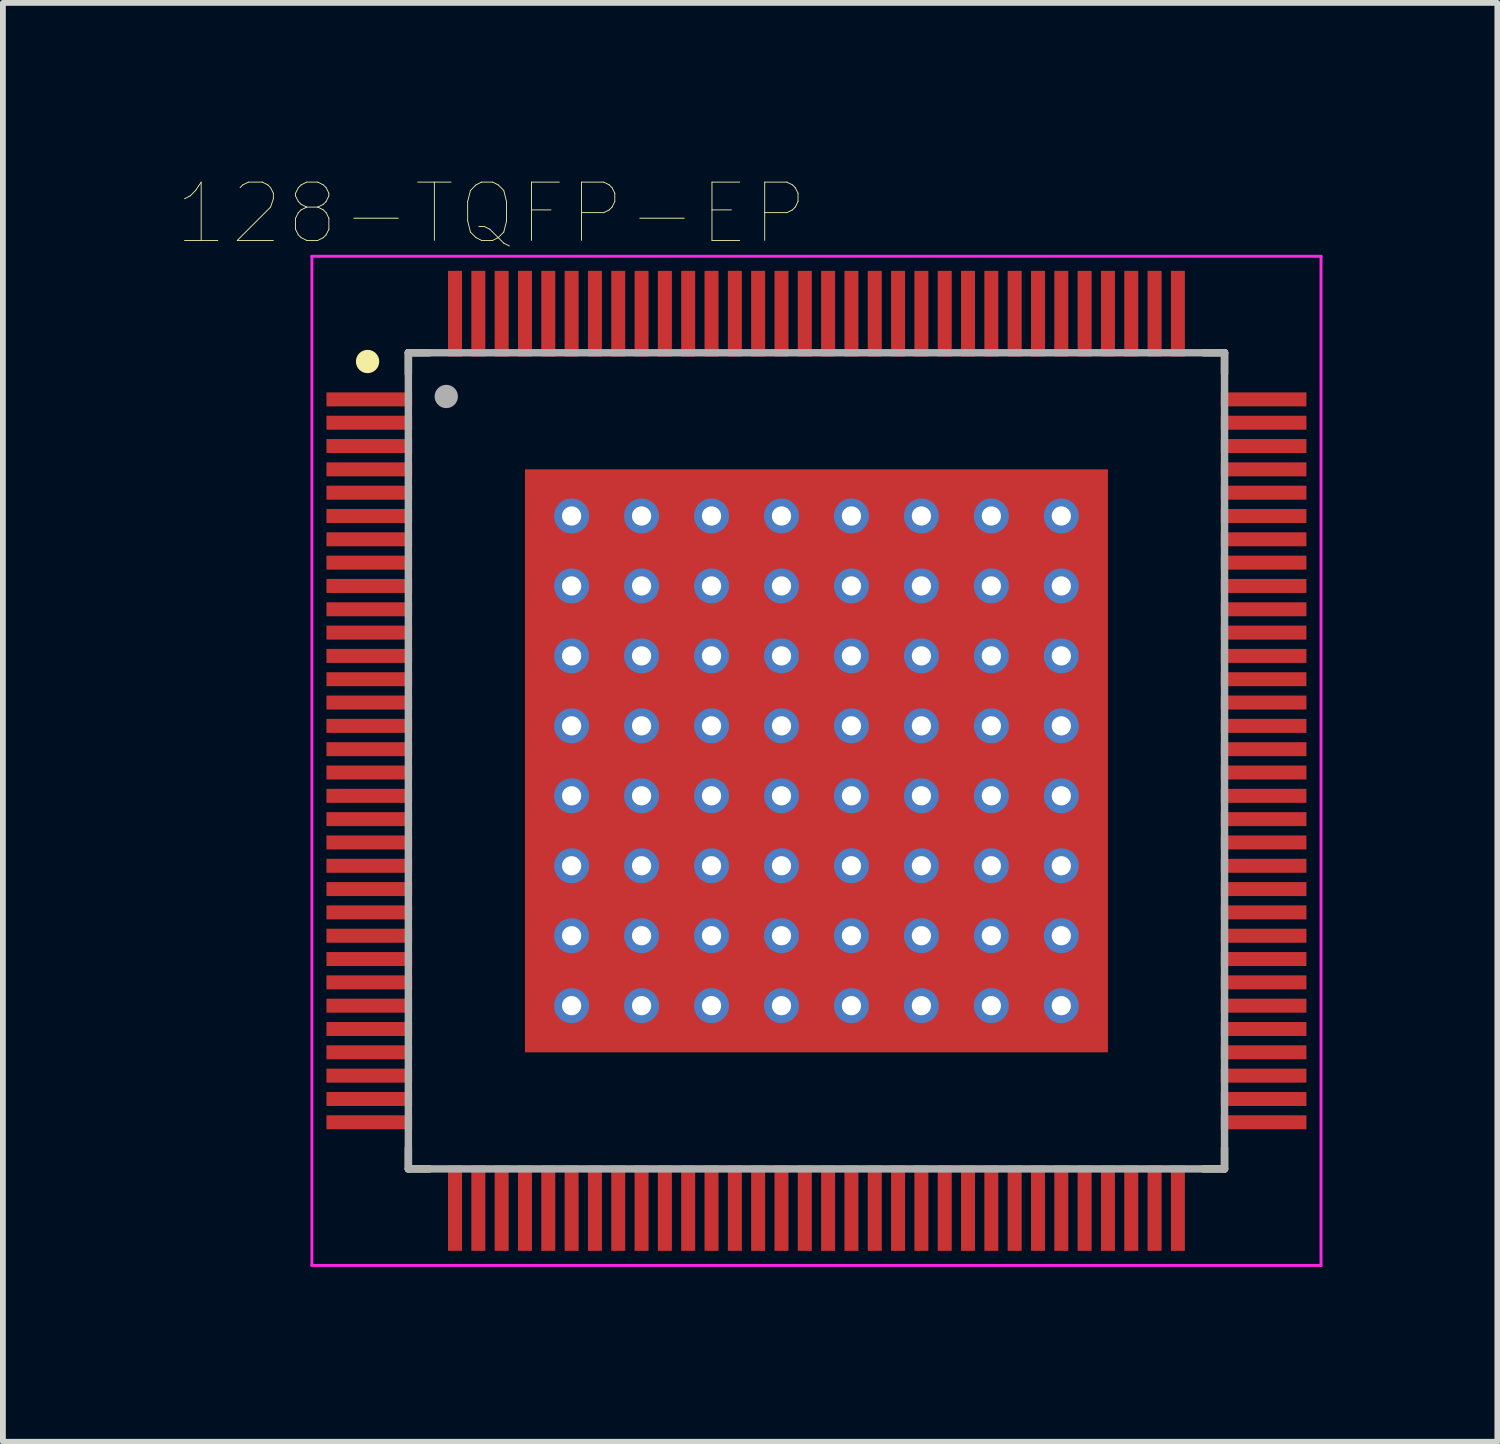
<source format=kicad_pcb>
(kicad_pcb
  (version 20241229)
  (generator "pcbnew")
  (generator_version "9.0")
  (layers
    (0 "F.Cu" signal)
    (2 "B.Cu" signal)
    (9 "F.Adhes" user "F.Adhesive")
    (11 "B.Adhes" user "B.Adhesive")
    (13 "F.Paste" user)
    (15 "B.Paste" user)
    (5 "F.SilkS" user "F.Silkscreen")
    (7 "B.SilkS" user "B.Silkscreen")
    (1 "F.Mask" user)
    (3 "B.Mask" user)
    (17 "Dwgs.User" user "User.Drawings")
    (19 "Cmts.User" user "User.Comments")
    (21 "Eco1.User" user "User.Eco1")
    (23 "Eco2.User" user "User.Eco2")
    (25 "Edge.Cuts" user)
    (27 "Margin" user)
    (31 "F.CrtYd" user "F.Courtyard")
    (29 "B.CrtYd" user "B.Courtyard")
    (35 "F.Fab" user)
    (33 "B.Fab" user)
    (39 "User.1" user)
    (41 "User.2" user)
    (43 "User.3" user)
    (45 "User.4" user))
  (footprint "128-TQFP-EP"
    (layer "F.Cu")
    (at 10.955 10.001)
    (property "Reference" "128-TQFP-EP" (at -5.578 -9.389 0) (layer "F.SilkS") (effects (font (size 1 1) (thickness 0.015))))
    (attr through_hole)
    (fp_line (start -7 -7) (end -7 -6.64) (stroke (width 0.127) (type solid)) (layer "F.SilkS"))
    (fp_line (start -7 6.64) (end -7 7) (stroke (width 0.127) (type solid)) (layer "F.SilkS"))
    (fp_line (start -7 7) (end -6.64 7) (stroke (width 0.127) (type solid)) (layer "F.SilkS"))
    (fp_line (start -6.64 -7) (end -7 -7) (stroke (width 0.127) (type solid)) (layer "F.SilkS"))
    (fp_line (start 6.64 -7) (end 7 -7) (stroke (width 0.127) (type solid)) (layer "F.SilkS"))
    (fp_line (start 6.64 7) (end 7 7) (stroke (width 0.127) (type solid)) (layer "F.SilkS"))
    (fp_line (start 7 -7) (end 7 -6.64) (stroke (width 0.127) (type solid)) (layer "F.SilkS"))
    (fp_line (start 7 7) (end 7 6.64) (stroke (width 0.127) (type solid)) (layer "F.SilkS"))
    (fp_circle (center -7.7 -6.85) (end -7.6 -6.85) (stroke (width 0.2) (type solid)) (fill no) (layer "F.SilkS"))
    (fp_poly (pts (xy -4.705 -4.705) (xy -3.295 -4.705) (xy -3.295 -3.295) (xy -4.705 -3.295)) (stroke (width 0.01) (type solid)) (fill yes) (layer "F.Paste"))
    (fp_poly (pts (xy -4.705 -2.705) (xy -3.295 -2.705) (xy -3.295 -1.295) (xy -4.705 -1.295)) (stroke (width 0.01) (type solid)) (fill yes) (layer "F.Paste"))
    (fp_poly (pts (xy -4.705 -0.705) (xy -3.295 -0.705) (xy -3.295 0.705) (xy -4.705 0.705)) (stroke (width 0.01) (type solid)) (fill yes) (layer "F.Paste"))
    (fp_poly (pts (xy -4.705 1.295) (xy -3.295 1.295) (xy -3.295 2.705) (xy -4.705 2.705)) (stroke (width 0.01) (type solid)) (fill yes) (layer "F.Paste"))
    (fp_poly (pts (xy -4.705 3.295) (xy -3.295 3.295) (xy -3.295 4.705) (xy -4.705 4.705)) (stroke (width 0.01) (type solid)) (fill yes) (layer "F.Paste"))
    (fp_poly (pts (xy -2.705 -4.705) (xy -1.295 -4.705) (xy -1.295 -3.295) (xy -2.705 -3.295)) (stroke (width 0.01) (type solid)) (fill yes) (layer "F.Paste"))
    (fp_poly (pts (xy -2.705 -2.705) (xy -1.295 -2.705) (xy -1.295 -1.295) (xy -2.705 -1.295)) (stroke (width 0.01) (type solid)) (fill yes) (layer "F.Paste"))
    (fp_poly (pts (xy -2.705 -0.705) (xy -1.295 -0.705) (xy -1.295 0.705) (xy -2.705 0.705)) (stroke (width 0.01) (type solid)) (fill yes) (layer "F.Paste"))
    (fp_poly (pts (xy -2.705 1.295) (xy -1.295 1.295) (xy -1.295 2.705) (xy -2.705 2.705)) (stroke (width 0.01) (type solid)) (fill yes) (layer "F.Paste"))
    (fp_poly (pts (xy -2.705 3.295) (xy -1.295 3.295) (xy -1.295 4.705) (xy -2.705 4.705)) (stroke (width 0.01) (type solid)) (fill yes) (layer "F.Paste"))
    (fp_poly (pts (xy -0.705 -4.705) (xy 0.705 -4.705) (xy 0.705 -3.295) (xy -0.705 -3.295)) (stroke (width 0.01) (type solid)) (fill yes) (layer "F.Paste"))
    (fp_poly (pts (xy -0.705 -2.705) (xy 0.705 -2.705) (xy 0.705 -1.295) (xy -0.705 -1.295)) (stroke (width 0.01) (type solid)) (fill yes) (layer "F.Paste"))
    (fp_poly (pts (xy -0.705 -0.705) (xy 0.705 -0.705) (xy 0.705 0.705) (xy -0.705 0.705)) (stroke (width 0.01) (type solid)) (fill yes) (layer "F.Paste"))
    (fp_poly (pts (xy -0.705 1.295) (xy 0.705 1.295) (xy 0.705 2.705) (xy -0.705 2.705)) (stroke (width 0.01) (type solid)) (fill yes) (layer "F.Paste"))
    (fp_poly (pts (xy -0.705 3.295) (xy 0.705 3.295) (xy 0.705 4.705) (xy -0.705 4.705)) (stroke (width 0.01) (type solid)) (fill yes) (layer "F.Paste"))
    (fp_poly (pts (xy 1.295 -4.705) (xy 2.705 -4.705) (xy 2.705 -3.295) (xy 1.295 -3.295)) (stroke (width 0.01) (type solid)) (fill yes) (layer "F.Paste"))
    (fp_poly (pts (xy 1.295 -2.705) (xy 2.705 -2.705) (xy 2.705 -1.295) (xy 1.295 -1.295)) (stroke (width 0.01) (type solid)) (fill yes) (layer "F.Paste"))
    (fp_poly (pts (xy 1.295 -0.705) (xy 2.705 -0.705) (xy 2.705 0.705) (xy 1.295 0.705)) (stroke (width 0.01) (type solid)) (fill yes) (layer "F.Paste"))
    (fp_poly (pts (xy 1.295 1.295) (xy 2.705 1.295) (xy 2.705 2.705) (xy 1.295 2.705)) (stroke (width 0.01) (type solid)) (fill yes) (layer "F.Paste"))
    (fp_poly (pts (xy 1.295 3.295) (xy 2.705 3.295) (xy 2.705 4.705) (xy 1.295 4.705)) (stroke (width 0.01) (type solid)) (fill yes) (layer "F.Paste"))
    (fp_poly (pts (xy 3.295 -4.705) (xy 4.705 -4.705) (xy 4.705 -3.295) (xy 3.295 -3.295)) (stroke (width 0.01) (type solid)) (fill yes) (layer "F.Paste"))
    (fp_poly (pts (xy 3.295 -2.705) (xy 4.705 -2.705) (xy 4.705 -1.295) (xy 3.295 -1.295)) (stroke (width 0.01) (type solid)) (fill yes) (layer "F.Paste"))
    (fp_poly (pts (xy 3.295 -0.705) (xy 4.705 -0.705) (xy 4.705 0.705) (xy 3.295 0.705)) (stroke (width 0.01) (type solid)) (fill yes) (layer "F.Paste"))
    (fp_poly (pts (xy 3.295 1.295) (xy 4.705 1.295) (xy 4.705 2.705) (xy 3.295 2.705)) (stroke (width 0.01) (type solid)) (fill yes) (layer "F.Paste"))
    (fp_poly (pts (xy 3.295 3.295) (xy 4.705 3.295) (xy 4.705 4.705) (xy 3.295 4.705)) (stroke (width 0.01) (type solid)) (fill yes) (layer "F.Paste"))
    (fp_line (start -8.655 -8.655) (end 8.655 -8.655) (stroke (width 0.05) (type solid)) (layer "F.CrtYd"))
    (fp_line (start -8.655 8.655) (end -8.655 -8.655) (stroke (width 0.05) (type solid)) (layer "F.CrtYd"))
    (fp_line (start 8.655 -8.655) (end 8.655 8.655) (stroke (width 0.05) (type solid)) (layer "F.CrtYd"))
    (fp_line (start 8.655 8.655) (end -8.655 8.655) (stroke (width 0.05) (type solid)) (layer "F.CrtYd"))
    (fp_line (start -7 -7) (end 7 -7) (stroke (width 0.127) (type solid)) (layer "F.Fab"))
    (fp_line (start -7 7) (end -7 -7) (stroke (width 0.127) (type solid)) (layer "F.Fab"))
    (fp_line (start 7 -7) (end 7 7) (stroke (width 0.127) (type solid)) (layer "F.Fab"))
    (fp_line (start 7 7) (end -7 7) (stroke (width 0.127) (type solid)) (layer "F.Fab"))
    (fp_circle (center -6.35 -6.25) (end -6.25 -6.25) (stroke (width 0.2) (type solid)) (fill no) (layer "F.Fab"))
    (pad "1" smd rect (at -7.67 -6.2) (size 1.47 0.24) (layers "F.Cu" "F.Mask" "F.Paste"))
    (pad "2" smd rect (at -7.67 -5.8) (size 1.47 0.24) (layers "F.Cu" "F.Mask" "F.Paste"))
    (pad "3" smd rect (at -7.67 -5.4) (size 1.47 0.24) (layers "F.Cu" "F.Mask" "F.Paste"))
    (pad "4" smd rect (at -7.67 -5) (size 1.47 0.24) (layers "F.Cu" "F.Mask" "F.Paste"))
    (pad "5" smd rect (at -7.67 -4.6) (size 1.47 0.24) (layers "F.Cu" "F.Mask" "F.Paste"))
    (pad "6" smd rect (at -7.67 -4.2) (size 1.47 0.24) (layers "F.Cu" "F.Mask" "F.Paste"))
    (pad "7" smd rect (at -7.67 -3.8) (size 1.47 0.24) (layers "F.Cu" "F.Mask" "F.Paste"))
    (pad "8" smd rect (at -7.67 -3.4) (size 1.47 0.24) (layers "F.Cu" "F.Mask" "F.Paste"))
    (pad "9" smd rect (at -7.67 -3) (size 1.47 0.24) (layers "F.Cu" "F.Mask" "F.Paste"))
    (pad "10" smd rect (at -7.67 -2.6) (size 1.47 0.24) (layers "F.Cu" "F.Mask" "F.Paste"))
    (pad "11" smd rect (at -7.67 -2.2) (size 1.47 0.24) (layers "F.Cu" "F.Mask" "F.Paste"))
    (pad "12" smd rect (at -7.67 -1.8) (size 1.47 0.24) (layers "F.Cu" "F.Mask" "F.Paste"))
    (pad "13" smd rect (at -7.67 -1.4) (size 1.47 0.24) (layers "F.Cu" "F.Mask" "F.Paste"))
    (pad "14" smd rect (at -7.67 -1) (size 1.47 0.24) (layers "F.Cu" "F.Mask" "F.Paste"))
    (pad "15" smd rect (at -7.67 -0.6) (size 1.47 0.24) (layers "F.Cu" "F.Mask" "F.Paste"))
    (pad "16" smd rect (at -7.67 -0.2) (size 1.47 0.24) (layers "F.Cu" "F.Mask" "F.Paste"))
    (pad "17" smd rect (at -7.67 0.2) (size 1.47 0.24) (layers "F.Cu" "F.Mask" "F.Paste"))
    (pad "18" smd rect (at -7.67 0.6) (size 1.47 0.24) (layers "F.Cu" "F.Mask" "F.Paste"))
    (pad "19" smd rect (at -7.67 1) (size 1.47 0.24) (layers "F.Cu" "F.Mask" "F.Paste"))
    (pad "20" smd rect (at -7.67 1.4) (size 1.47 0.24) (layers "F.Cu" "F.Mask" "F.Paste"))
    (pad "21" smd rect (at -7.67 1.8) (size 1.47 0.24) (layers "F.Cu" "F.Mask" "F.Paste"))
    (pad "22" smd rect (at -7.67 2.2) (size 1.47 0.24) (layers "F.Cu" "F.Mask" "F.Paste"))
    (pad "23" smd rect (at -7.67 2.6) (size 1.47 0.24) (layers "F.Cu" "F.Mask" "F.Paste"))
    (pad "24" smd rect (at -7.67 3) (size 1.47 0.24) (layers "F.Cu" "F.Mask" "F.Paste"))
    (pad "25" smd rect (at -7.67 3.4) (size 1.47 0.24) (layers "F.Cu" "F.Mask" "F.Paste"))
    (pad "26" smd rect (at -7.67 3.8) (size 1.47 0.24) (layers "F.Cu" "F.Mask" "F.Paste"))
    (pad "27" smd rect (at -7.67 4.2) (size 1.47 0.24) (layers "F.Cu" "F.Mask" "F.Paste"))
    (pad "28" smd rect (at -7.67 4.6) (size 1.47 0.24) (layers "F.Cu" "F.Mask" "F.Paste"))
    (pad "29" smd rect (at -7.67 5) (size 1.47 0.24) (layers "F.Cu" "F.Mask" "F.Paste"))
    (pad "30" smd rect (at -7.67 5.4) (size 1.47 0.24) (layers "F.Cu" "F.Mask" "F.Paste"))
    (pad "31" smd rect (at -7.67 5.8) (size 1.47 0.24) (layers "F.Cu" "F.Mask" "F.Paste"))
    (pad "32" smd rect (at -7.67 6.2) (size 1.47 0.24) (layers "F.Cu" "F.Mask" "F.Paste"))
    (pad "33" smd rect (at -6.2 7.67) (size 0.24 1.47) (layers "F.Cu" "F.Mask" "F.Paste"))
    (pad "34" smd rect (at -5.8 7.67) (size 0.24 1.47) (layers "F.Cu" "F.Mask" "F.Paste"))
    (pad "35" smd rect (at -5.4 7.67) (size 0.24 1.47) (layers "F.Cu" "F.Mask" "F.Paste"))
    (pad "36" smd rect (at -5 7.67) (size 0.24 1.47) (layers "F.Cu" "F.Mask" "F.Paste"))
    (pad "37" smd rect (at -4.6 7.67) (size 0.24 1.47) (layers "F.Cu" "F.Mask" "F.Paste"))
    (pad "38" smd rect (at -4.2 7.67) (size 0.24 1.47) (layers "F.Cu" "F.Mask" "F.Paste"))
    (pad "39" smd rect (at -3.8 7.67) (size 0.24 1.47) (layers "F.Cu" "F.Mask" "F.Paste"))
    (pad "40" smd rect (at -3.4 7.67) (size 0.24 1.47) (layers "F.Cu" "F.Mask" "F.Paste"))
    (pad "41" smd rect (at -3 7.67) (size 0.24 1.47) (layers "F.Cu" "F.Mask" "F.Paste"))
    (pad "42" smd rect (at -2.6 7.67) (size 0.24 1.47) (layers "F.Cu" "F.Mask" "F.Paste"))
    (pad "43" smd rect (at -2.2 7.67) (size 0.24 1.47) (layers "F.Cu" "F.Mask" "F.Paste"))
    (pad "44" smd rect (at -1.8 7.67) (size 0.24 1.47) (layers "F.Cu" "F.Mask" "F.Paste"))
    (pad "45" smd rect (at -1.4 7.67) (size 0.24 1.47) (layers "F.Cu" "F.Mask" "F.Paste"))
    (pad "46" smd rect (at -1 7.67) (size 0.24 1.47) (layers "F.Cu" "F.Mask" "F.Paste"))
    (pad "47" smd rect (at -0.6 7.67) (size 0.24 1.47) (layers "F.Cu" "F.Mask" "F.Paste"))
    (pad "48" smd rect (at -0.2 7.67) (size 0.24 1.47) (layers "F.Cu" "F.Mask" "F.Paste"))
    (pad "49" smd rect (at 0.2 7.67) (size 0.24 1.47) (layers "F.Cu" "F.Mask" "F.Paste"))
    (pad "50" smd rect (at 0.6 7.67) (size 0.24 1.47) (layers "F.Cu" "F.Mask" "F.Paste"))
    (pad "51" smd rect (at 1 7.67) (size 0.24 1.47) (layers "F.Cu" "F.Mask" "F.Paste"))
    (pad "52" smd rect (at 1.4 7.67) (size 0.24 1.47) (layers "F.Cu" "F.Mask" "F.Paste"))
    (pad "53" smd rect (at 1.8 7.67) (size 0.24 1.47) (layers "F.Cu" "F.Mask" "F.Paste"))
    (pad "54" smd rect (at 2.2 7.67) (size 0.24 1.47) (layers "F.Cu" "F.Mask" "F.Paste"))
    (pad "55" smd rect (at 2.6 7.67) (size 0.24 1.47) (layers "F.Cu" "F.Mask" "F.Paste"))
    (pad "56" smd rect (at 3 7.67) (size 0.24 1.47) (layers "F.Cu" "F.Mask" "F.Paste"))
    (pad "57" smd rect (at 3.4 7.67) (size 0.24 1.47) (layers "F.Cu" "F.Mask" "F.Paste"))
    (pad "58" smd rect (at 3.8 7.67) (size 0.24 1.47) (layers "F.Cu" "F.Mask" "F.Paste"))
    (pad "59" smd rect (at 4.2 7.67) (size 0.24 1.47) (layers "F.Cu" "F.Mask" "F.Paste"))
    (pad "60" smd rect (at 4.6 7.67) (size 0.24 1.47) (layers "F.Cu" "F.Mask" "F.Paste"))
    (pad "61" smd rect (at 5 7.67) (size 0.24 1.47) (layers "F.Cu" "F.Mask" "F.Paste"))
    (pad "62" smd rect (at 5.4 7.67) (size 0.24 1.47) (layers "F.Cu" "F.Mask" "F.Paste"))
    (pad "63" smd rect (at 5.8 7.67) (size 0.24 1.47) (layers "F.Cu" "F.Mask" "F.Paste"))
    (pad "64" smd rect (at 6.2 7.67) (size 0.24 1.47) (layers "F.Cu" "F.Mask" "F.Paste"))
    (pad "65" smd rect (at 7.67 6.2) (size 1.47 0.24) (layers "F.Cu" "F.Mask" "F.Paste"))
    (pad "66" smd rect (at 7.67 5.8) (size 1.47 0.24) (layers "F.Cu" "F.Mask" "F.Paste"))
    (pad "67" smd rect (at 7.67 5.4) (size 1.47 0.24) (layers "F.Cu" "F.Mask" "F.Paste"))
    (pad "68" smd rect (at 7.67 5) (size 1.47 0.24) (layers "F.Cu" "F.Mask" "F.Paste"))
    (pad "69" smd rect (at 7.67 4.6) (size 1.47 0.24) (layers "F.Cu" "F.Mask" "F.Paste"))
    (pad "70" smd rect (at 7.67 4.2) (size 1.47 0.24) (layers "F.Cu" "F.Mask" "F.Paste"))
    (pad "71" smd rect (at 7.67 3.8) (size 1.47 0.24) (layers "F.Cu" "F.Mask" "F.Paste"))
    (pad "72" smd rect (at 7.67 3.4) (size 1.47 0.24) (layers "F.Cu" "F.Mask" "F.Paste"))
    (pad "73" smd rect (at 7.67 3) (size 1.47 0.24) (layers "F.Cu" "F.Mask" "F.Paste"))
    (pad "74" smd rect (at 7.67 2.6) (size 1.47 0.24) (layers "F.Cu" "F.Mask" "F.Paste"))
    (pad "75" smd rect (at 7.67 2.2) (size 1.47 0.24) (layers "F.Cu" "F.Mask" "F.Paste"))
    (pad "76" smd rect (at 7.67 1.8) (size 1.47 0.24) (layers "F.Cu" "F.Mask" "F.Paste"))
    (pad "77" smd rect (at 7.67 1.4) (size 1.47 0.24) (layers "F.Cu" "F.Mask" "F.Paste"))
    (pad "78" smd rect (at 7.67 1) (size 1.47 0.24) (layers "F.Cu" "F.Mask" "F.Paste"))
    (pad "79" smd rect (at 7.67 0.6) (size 1.47 0.24) (layers "F.Cu" "F.Mask" "F.Paste"))
    (pad "80" smd rect (at 7.67 0.2) (size 1.47 0.24) (layers "F.Cu" "F.Mask" "F.Paste"))
    (pad "81" smd rect (at 7.67 -0.2) (size 1.47 0.24) (layers "F.Cu" "F.Mask" "F.Paste"))
    (pad "82" smd rect (at 7.67 -0.6) (size 1.47 0.24) (layers "F.Cu" "F.Mask" "F.Paste"))
    (pad "83" smd rect (at 7.67 -1) (size 1.47 0.24) (layers "F.Cu" "F.Mask" "F.Paste"))
    (pad "84" smd rect (at 7.67 -1.4) (size 1.47 0.24) (layers "F.Cu" "F.Mask" "F.Paste"))
    (pad "85" smd rect (at 7.67 -1.8) (size 1.47 0.24) (layers "F.Cu" "F.Mask" "F.Paste"))
    (pad "86" smd rect (at 7.67 -2.2) (size 1.47 0.24) (layers "F.Cu" "F.Mask" "F.Paste"))
    (pad "87" smd rect (at 7.67 -2.6) (size 1.47 0.24) (layers "F.Cu" "F.Mask" "F.Paste"))
    (pad "88" smd rect (at 7.67 -3) (size 1.47 0.24) (layers "F.Cu" "F.Mask" "F.Paste"))
    (pad "89" smd rect (at 7.67 -3.4) (size 1.47 0.24) (layers "F.Cu" "F.Mask" "F.Paste"))
    (pad "90" smd rect (at 7.67 -3.8) (size 1.47 0.24) (layers "F.Cu" "F.Mask" "F.Paste"))
    (pad "91" smd rect (at 7.67 -4.2) (size 1.47 0.24) (layers "F.Cu" "F.Mask" "F.Paste"))
    (pad "92" smd rect (at 7.67 -4.6) (size 1.47 0.24) (layers "F.Cu" "F.Mask" "F.Paste"))
    (pad "93" smd rect (at 7.67 -5) (size 1.47 0.24) (layers "F.Cu" "F.Mask" "F.Paste"))
    (pad "94" smd rect (at 7.67 -5.4) (size 1.47 0.24) (layers "F.Cu" "F.Mask" "F.Paste"))
    (pad "95" smd rect (at 7.67 -5.8) (size 1.47 0.24) (layers "F.Cu" "F.Mask" "F.Paste"))
    (pad "96" smd rect (at 7.67 -6.2) (size 1.47 0.24) (layers "F.Cu" "F.Mask" "F.Paste"))
    (pad "97" smd rect (at 6.2 -7.67) (size 0.24 1.47) (layers "F.Cu" "F.Mask" "F.Paste"))
    (pad "98" smd rect (at 5.8 -7.67) (size 0.24 1.47) (layers "F.Cu" "F.Mask" "F.Paste"))
    (pad "99" smd rect (at 5.4 -7.67) (size 0.24 1.47) (layers "F.Cu" "F.Mask" "F.Paste"))
    (pad "100" smd rect (at 5 -7.67) (size 0.24 1.47) (layers "F.Cu" "F.Mask" "F.Paste"))
    (pad "101" smd rect (at 4.6 -7.67) (size 0.24 1.47) (layers "F.Cu" "F.Mask" "F.Paste"))
    (pad "102" smd rect (at 4.2 -7.67) (size 0.24 1.47) (layers "F.Cu" "F.Mask" "F.Paste"))
    (pad "103" smd rect (at 3.8 -7.67) (size 0.24 1.47) (layers "F.Cu" "F.Mask" "F.Paste"))
    (pad "104" smd rect (at 3.4 -7.67) (size 0.24 1.47) (layers "F.Cu" "F.Mask" "F.Paste"))
    (pad "105" smd rect (at 3 -7.67) (size 0.24 1.47) (layers "F.Cu" "F.Mask" "F.Paste"))
    (pad "106" smd rect (at 2.6 -7.67) (size 0.24 1.47) (layers "F.Cu" "F.Mask" "F.Paste"))
    (pad "107" smd rect (at 2.2 -7.67) (size 0.24 1.47) (layers "F.Cu" "F.Mask" "F.Paste"))
    (pad "108" smd rect (at 1.8 -7.67) (size 0.24 1.47) (layers "F.Cu" "F.Mask" "F.Paste"))
    (pad "109" smd rect (at 1.4 -7.67) (size 0.24 1.47) (layers "F.Cu" "F.Mask" "F.Paste"))
    (pad "110" smd rect (at 1 -7.67) (size 0.24 1.47) (layers "F.Cu" "F.Mask" "F.Paste"))
    (pad "111" smd rect (at 0.6 -7.67) (size 0.24 1.47) (layers "F.Cu" "F.Mask" "F.Paste"))
    (pad "112" smd rect (at 0.2 -7.67) (size 0.24 1.47) (layers "F.Cu" "F.Mask" "F.Paste"))
    (pad "113" smd rect (at -0.2 -7.67) (size 0.24 1.47) (layers "F.Cu" "F.Mask" "F.Paste"))
    (pad "114" smd rect (at -0.6 -7.67) (size 0.24 1.47) (layers "F.Cu" "F.Mask" "F.Paste"))
    (pad "115" smd rect (at -1 -7.67) (size 0.24 1.47) (layers "F.Cu" "F.Mask" "F.Paste"))
    (pad "116" smd rect (at -1.4 -7.67) (size 0.24 1.47) (layers "F.Cu" "F.Mask" "F.Paste"))
    (pad "117" smd rect (at -1.8 -7.67) (size 0.24 1.47) (layers "F.Cu" "F.Mask" "F.Paste"))
    (pad "118" smd rect (at -2.2 -7.67) (size 0.24 1.47) (layers "F.Cu" "F.Mask" "F.Paste"))
    (pad "119" smd rect (at -2.6 -7.67) (size 0.24 1.47) (layers "F.Cu" "F.Mask" "F.Paste"))
    (pad "120" smd rect (at -3 -7.67) (size 0.24 1.47) (layers "F.Cu" "F.Mask" "F.Paste"))
    (pad "121" smd rect (at -3.4 -7.67) (size 0.24 1.47) (layers "F.Cu" "F.Mask" "F.Paste"))
    (pad "122" smd rect (at -3.8 -7.67) (size 0.24 1.47) (layers "F.Cu" "F.Mask" "F.Paste"))
    (pad "123" smd rect (at -4.2 -7.67) (size 0.24 1.47) (layers "F.Cu" "F.Mask" "F.Paste"))
    (pad "124" smd rect (at -4.6 -7.67) (size 0.24 1.47) (layers "F.Cu" "F.Mask" "F.Paste"))
    (pad "125" smd rect (at -5 -7.67) (size 0.24 1.47) (layers "F.Cu" "F.Mask" "F.Paste"))
    (pad "126" smd rect (at -5.4 -7.67) (size 0.24 1.47) (layers "F.Cu" "F.Mask" "F.Paste"))
    (pad "127" smd rect (at -5.8 -7.67) (size 0.24 1.47) (layers "F.Cu" "F.Mask" "F.Paste"))
    (pad "128" smd rect (at -6.2 -7.67) (size 0.24 1.47) (layers "F.Cu" "F.Mask" "F.Paste"))
    (pad "129" thru_hole circle (at -4.2 -4.2) (size 0.6 0.6) (drill 0.33) (layers "*.Cu"))
    (pad "129" thru_hole circle (at -4.2 -3) (size 0.6 0.6) (drill 0.33) (layers "*.Cu"))
    (pad "129" thru_hole circle (at -4.2 -1.8) (size 0.6 0.6) (drill 0.33) (layers "*.Cu"))
    (pad "129" thru_hole circle (at -4.2 -0.6) (size 0.6 0.6) (drill 0.33) (layers "*.Cu"))
    (pad "129" thru_hole circle (at -4.2 0.6) (size 0.6 0.6) (drill 0.33) (layers "*.Cu"))
    (pad "129" thru_hole circle (at -4.2 1.8) (size 0.6 0.6) (drill 0.33) (layers "*.Cu"))
    (pad "129" thru_hole circle (at -4.2 3) (size 0.6 0.6) (drill 0.33) (layers "*.Cu"))
    (pad "129" thru_hole circle (at -4.2 4.2) (size 0.6 0.6) (drill 0.33) (layers "*.Cu"))
    (pad "129" thru_hole circle (at -3 -4.2) (size 0.6 0.6) (drill 0.33) (layers "*.Cu"))
    (pad "129" thru_hole circle (at -3 -3) (size 0.6 0.6) (drill 0.33) (layers "*.Cu"))
    (pad "129" thru_hole circle (at -3 -1.8) (size 0.6 0.6) (drill 0.33) (layers "*.Cu"))
    (pad "129" thru_hole circle (at -3 -0.6) (size 0.6 0.6) (drill 0.33) (layers "*.Cu"))
    (pad "129" thru_hole circle (at -3 0.6) (size 0.6 0.6) (drill 0.33) (layers "*.Cu"))
    (pad "129" thru_hole circle (at -3 1.8) (size 0.6 0.6) (drill 0.33) (layers "*.Cu"))
    (pad "129" thru_hole circle (at -3 3) (size 0.6 0.6) (drill 0.33) (layers "*.Cu"))
    (pad "129" thru_hole circle (at -3 4.2) (size 0.6 0.6) (drill 0.33) (layers "*.Cu"))
    (pad "129" thru_hole circle (at -1.8 -4.2) (size 0.6 0.6) (drill 0.33) (layers "*.Cu"))
    (pad "129" thru_hole circle (at -1.8 -3) (size 0.6 0.6) (drill 0.33) (layers "*.Cu"))
    (pad "129" thru_hole circle (at -1.8 -1.8) (size 0.6 0.6) (drill 0.33) (layers "*.Cu"))
    (pad "129" thru_hole circle (at -1.8 -0.6) (size 0.6 0.6) (drill 0.33) (layers "*.Cu"))
    (pad "129" thru_hole circle (at -1.8 0.6) (size 0.6 0.6) (drill 0.33) (layers "*.Cu"))
    (pad "129" thru_hole circle (at -1.8 1.8) (size 0.6 0.6) (drill 0.33) (layers "*.Cu"))
    (pad "129" thru_hole circle (at -1.8 3) (size 0.6 0.6) (drill 0.33) (layers "*.Cu"))
    (pad "129" thru_hole circle (at -1.8 4.2) (size 0.6 0.6) (drill 0.33) (layers "*.Cu"))
    (pad "129" thru_hole circle (at -0.6 -4.2) (size 0.6 0.6) (drill 0.33) (layers "*.Cu"))
    (pad "129" thru_hole circle (at -0.6 -3) (size 0.6 0.6) (drill 0.33) (layers "*.Cu"))
    (pad "129" thru_hole circle (at -0.6 -1.8) (size 0.6 0.6) (drill 0.33) (layers "*.Cu"))
    (pad "129" thru_hole circle (at -0.6 -0.6) (size 0.6 0.6) (drill 0.33) (layers "*.Cu"))
    (pad "129" thru_hole circle (at -0.6 0.6) (size 0.6 0.6) (drill 0.33) (layers "*.Cu"))
    (pad "129" thru_hole circle (at -0.6 1.8) (size 0.6 0.6) (drill 0.33) (layers "*.Cu"))
    (pad "129" thru_hole circle (at -0.6 3) (size 0.6 0.6) (drill 0.33) (layers "*.Cu"))
    (pad "129" thru_hole circle (at -0.6 4.2) (size 0.6 0.6) (drill 0.33) (layers "*.Cu"))
    (pad "129" smd rect (at 0 0) (size 10 10) (layers "F.Cu" "F.Mask"))
    (pad "129" thru_hole circle (at 0.6 -4.2) (size 0.6 0.6) (drill 0.33) (layers "*.Cu"))
    (pad "129" thru_hole circle (at 0.6 -3) (size 0.6 0.6) (drill 0.33) (layers "*.Cu"))
    (pad "129" thru_hole circle (at 0.6 -1.8) (size 0.6 0.6) (drill 0.33) (layers "*.Cu"))
    (pad "129" thru_hole circle (at 0.6 -0.6) (size 0.6 0.6) (drill 0.33) (layers "*.Cu"))
    (pad "129" thru_hole circle (at 0.6 0.6) (size 0.6 0.6) (drill 0.33) (layers "*.Cu"))
    (pad "129" thru_hole circle (at 0.6 1.8) (size 0.6 0.6) (drill 0.33) (layers "*.Cu"))
    (pad "129" thru_hole circle (at 0.6 3) (size 0.6 0.6) (drill 0.33) (layers "*.Cu"))
    (pad "129" thru_hole circle (at 0.6 4.2) (size 0.6 0.6) (drill 0.33) (layers "*.Cu"))
    (pad "129" thru_hole circle (at 1.8 -4.2) (size 0.6 0.6) (drill 0.33) (layers "*.Cu"))
    (pad "129" thru_hole circle (at 1.8 -3) (size 0.6 0.6) (drill 0.33) (layers "*.Cu"))
    (pad "129" thru_hole circle (at 1.8 -1.8) (size 0.6 0.6) (drill 0.33) (layers "*.Cu"))
    (pad "129" thru_hole circle (at 1.8 -0.6) (size 0.6 0.6) (drill 0.33) (layers "*.Cu"))
    (pad "129" thru_hole circle (at 1.8 0.6) (size 0.6 0.6) (drill 0.33) (layers "*.Cu"))
    (pad "129" thru_hole circle (at 1.8 1.8) (size 0.6 0.6) (drill 0.33) (layers "*.Cu"))
    (pad "129" thru_hole circle (at 1.8 3) (size 0.6 0.6) (drill 0.33) (layers "*.Cu"))
    (pad "129" thru_hole circle (at 1.8 4.2) (size 0.6 0.6) (drill 0.33) (layers "*.Cu"))
    (pad "129" thru_hole circle (at 3 -4.2) (size 0.6 0.6) (drill 0.33) (layers "*.Cu"))
    (pad "129" thru_hole circle (at 3 -3) (size 0.6 0.6) (drill 0.33) (layers "*.Cu"))
    (pad "129" thru_hole circle (at 3 -1.8) (size 0.6 0.6) (drill 0.33) (layers "*.Cu"))
    (pad "129" thru_hole circle (at 3 -0.6) (size 0.6 0.6) (drill 0.33) (layers "*.Cu"))
    (pad "129" thru_hole circle (at 3 0.6) (size 0.6 0.6) (drill 0.33) (layers "*.Cu"))
    (pad "129" thru_hole circle (at 3 1.8) (size 0.6 0.6) (drill 0.33) (layers "*.Cu"))
    (pad "129" thru_hole circle (at 3 3) (size 0.6 0.6) (drill 0.33) (layers "*.Cu"))
    (pad "129" thru_hole circle (at 3 4.2) (size 0.6 0.6) (drill 0.33) (layers "*.Cu"))
    (pad "129" thru_hole circle (at 4.2 -4.2) (size 0.6 0.6) (drill 0.33) (layers "*.Cu"))
    (pad "129" thru_hole circle (at 4.2 -3) (size 0.6 0.6) (drill 0.33) (layers "*.Cu"))
    (pad "129" thru_hole circle (at 4.2 -1.8) (size 0.6 0.6) (drill 0.33) (layers "*.Cu"))
    (pad "129" thru_hole circle (at 4.2 -0.6) (size 0.6 0.6) (drill 0.33) (layers "*.Cu"))
    (pad "129" thru_hole circle (at 4.2 0.6) (size 0.6 0.6) (drill 0.33) (layers "*.Cu"))
    (pad "129" thru_hole circle (at 4.2 1.8) (size 0.6 0.6) (drill 0.33) (layers "*.Cu"))
    (pad "129" thru_hole circle (at 4.2 3) (size 0.6 0.6) (drill 0.33) (layers "*.Cu"))
    (pad "129" thru_hole circle (at 4.2 4.2) (size 0.6 0.6) (drill 0.33) (layers "*.Cu")))
  (gr_rect
    (start -3 -3)
    (end 22.635 21.681)
    (stroke (width 0.1) (type default))
    (fill no)
    (layer "Edge.Cuts")))
</source>
